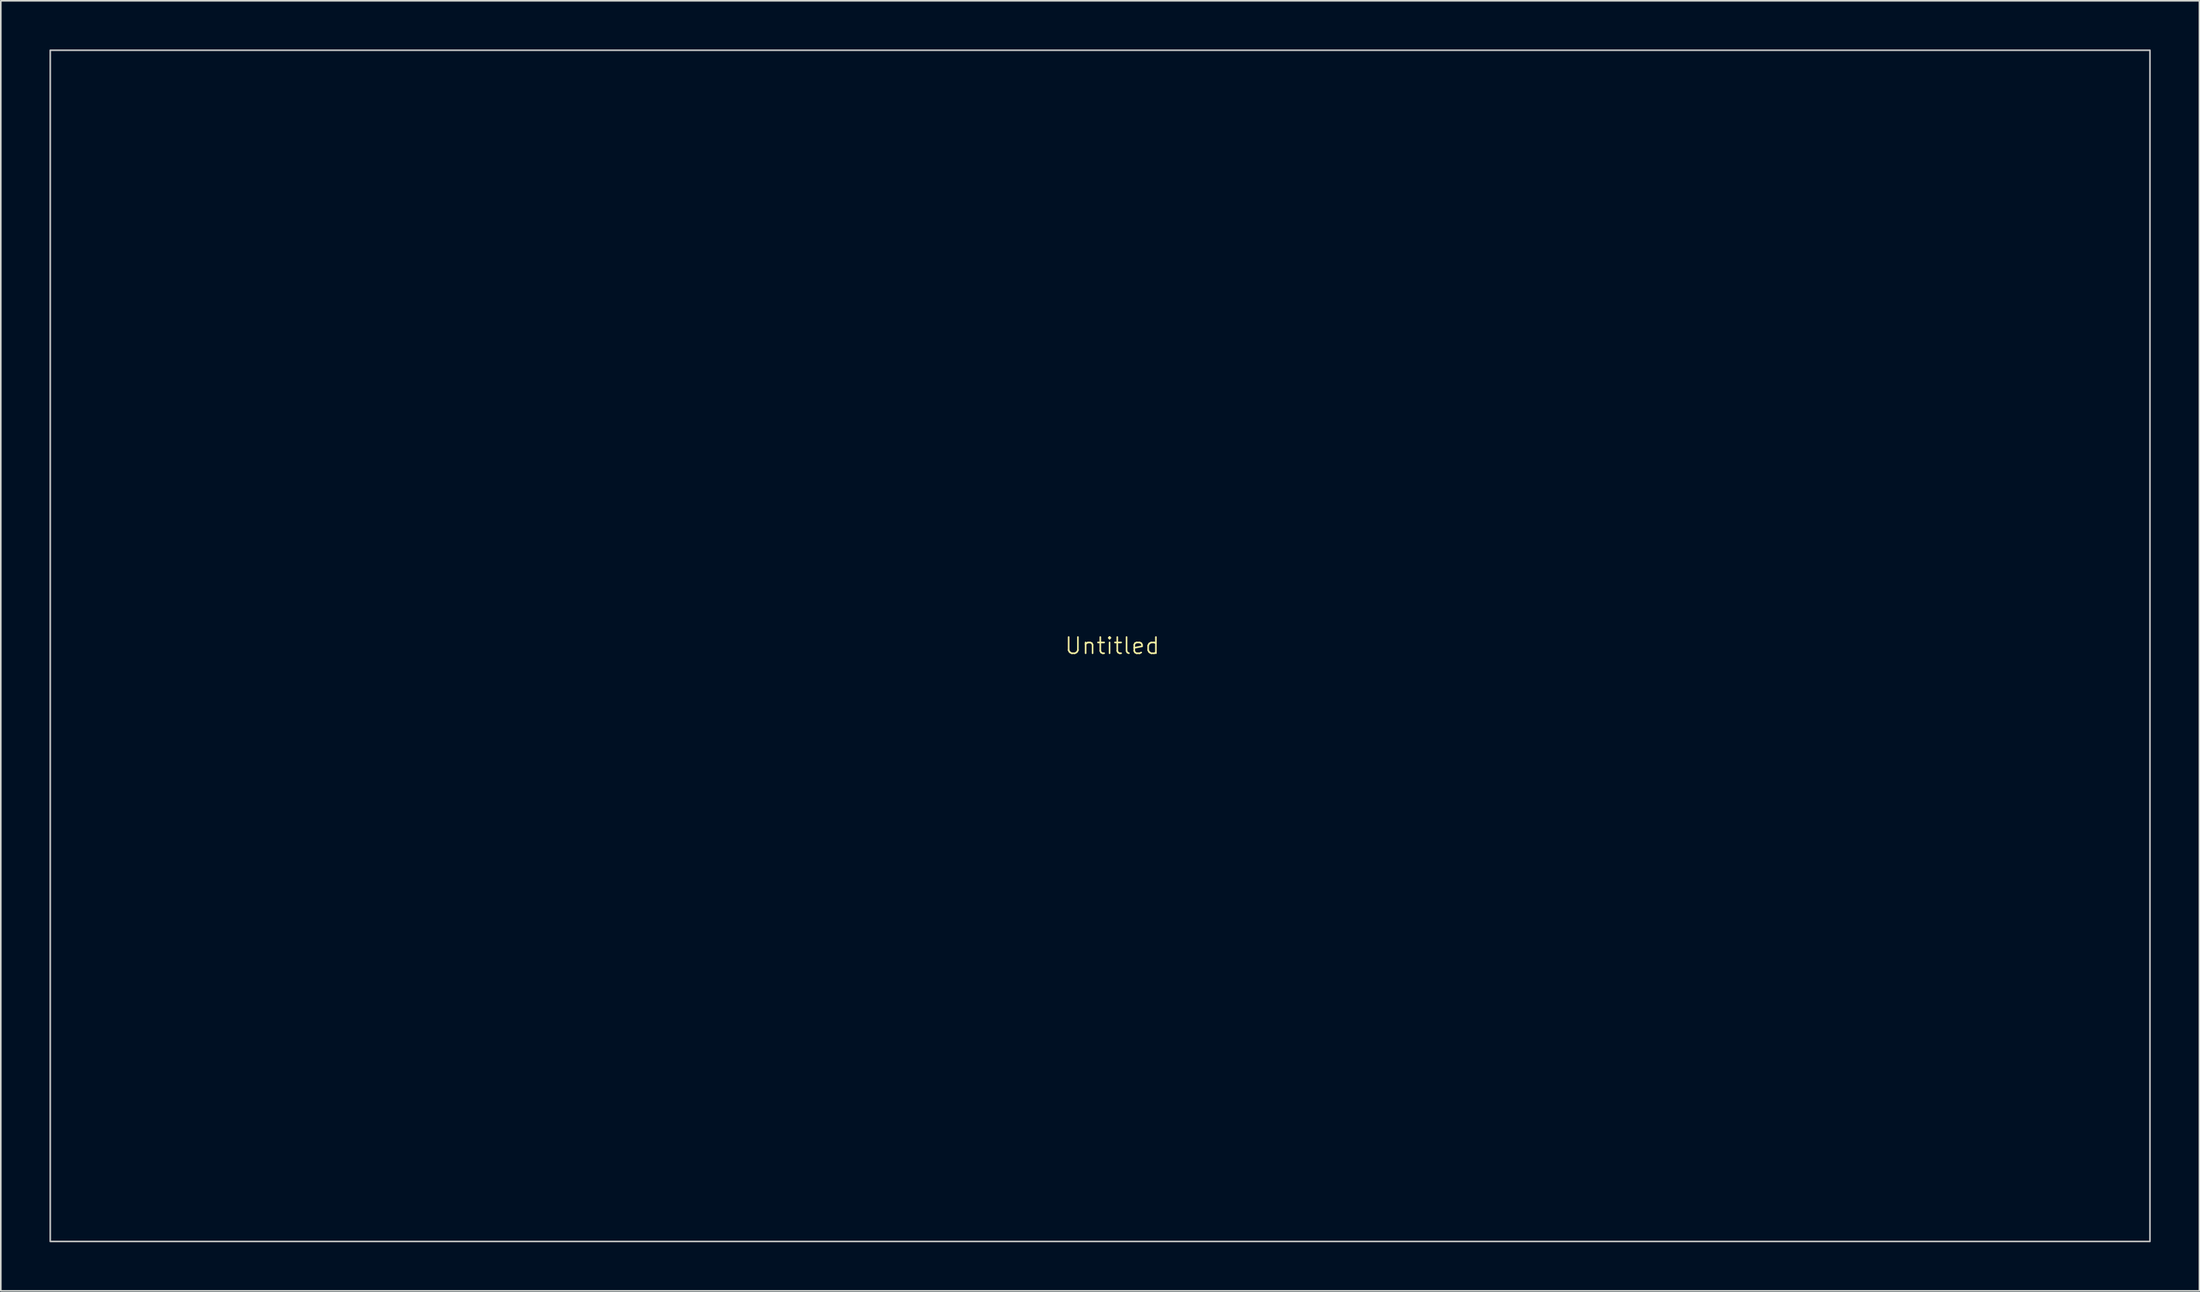
<source format=kicad_pcb>
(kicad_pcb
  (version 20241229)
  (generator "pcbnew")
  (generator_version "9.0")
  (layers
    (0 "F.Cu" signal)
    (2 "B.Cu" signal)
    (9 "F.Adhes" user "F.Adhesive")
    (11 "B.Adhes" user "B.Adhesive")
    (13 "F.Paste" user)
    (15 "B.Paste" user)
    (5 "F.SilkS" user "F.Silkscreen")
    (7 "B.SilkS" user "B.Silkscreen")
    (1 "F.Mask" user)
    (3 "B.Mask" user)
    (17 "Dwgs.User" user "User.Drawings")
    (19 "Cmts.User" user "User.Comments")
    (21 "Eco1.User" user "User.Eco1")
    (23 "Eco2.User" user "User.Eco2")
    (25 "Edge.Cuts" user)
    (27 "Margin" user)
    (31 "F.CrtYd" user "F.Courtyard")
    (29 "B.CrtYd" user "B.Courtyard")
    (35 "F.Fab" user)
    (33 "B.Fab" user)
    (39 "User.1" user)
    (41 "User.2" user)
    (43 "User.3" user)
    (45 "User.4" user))
  (footprint "Untitled"
    (layer "F.Cu")
    (at 65.55 37.3)
    (property "Reference" "Untitled" (at 0 -0.5 0) (unlocked yes) (layer "F.SilkS") (effects (font (size 1 1) (thickness 0.1))))
    (attr through_hole)
    (fp_rect (start -65.5 -37.25) (end 64 36.25) (stroke (width 0.1) (type solid)) (fill no) (layer "Dwgs.User")))
  (gr_rect
    (start -3 -3)
    (end 132.6 76.6)
    (stroke (width 0.1) (type default))
    (fill no)
    (layer "Edge.Cuts")))
</source>
